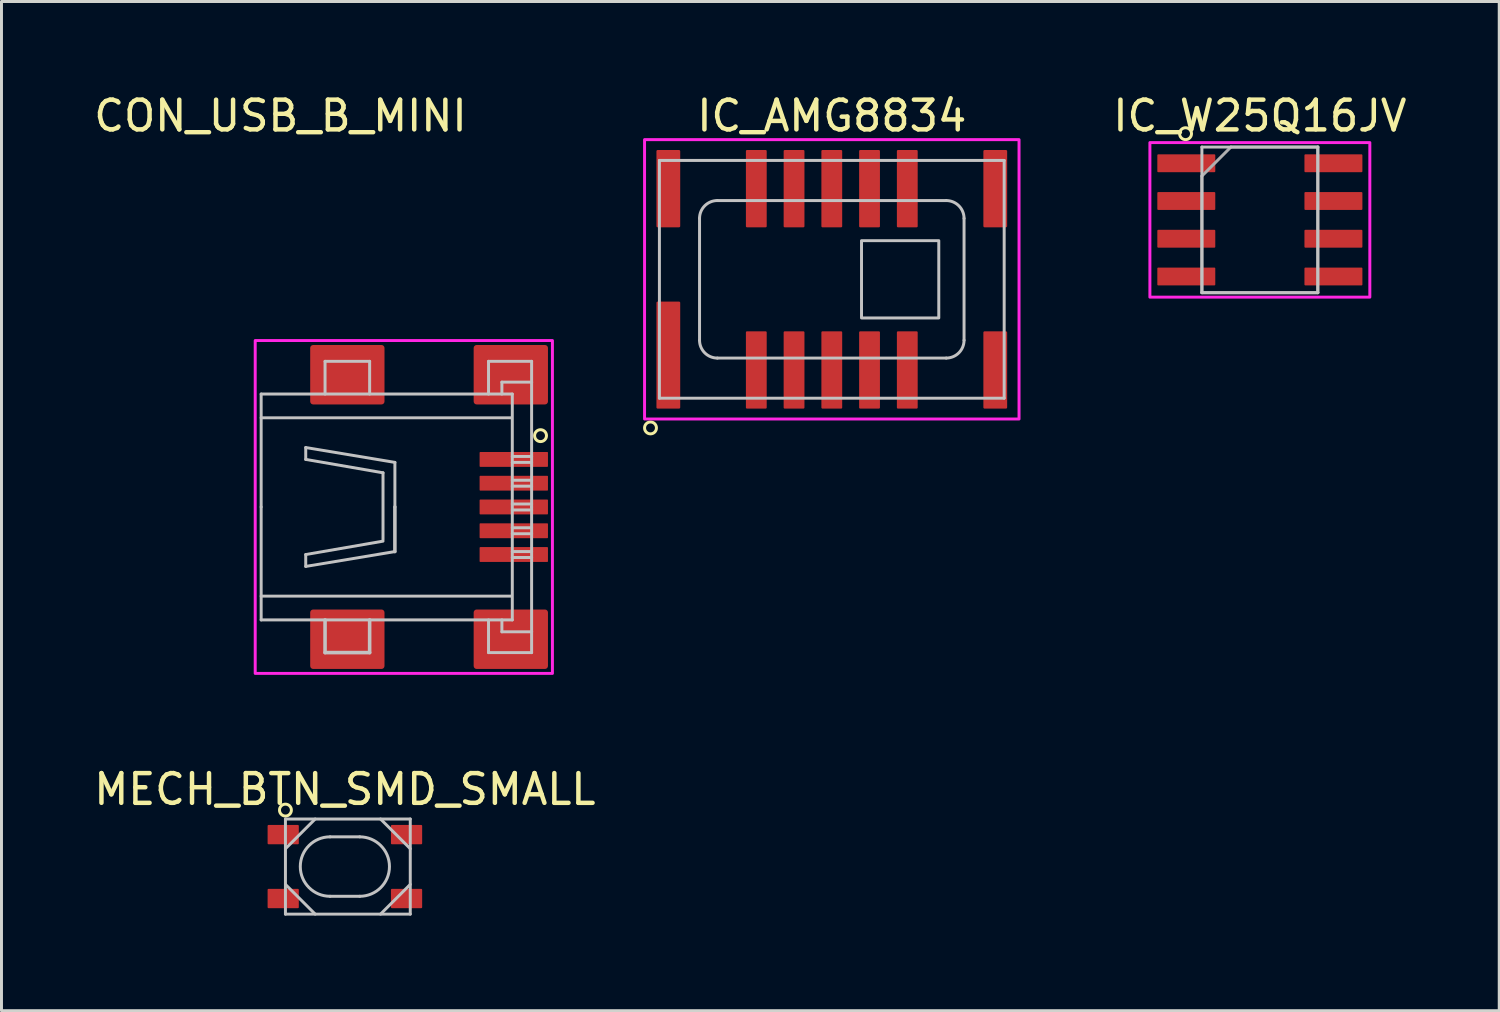
<source format=kicad_pcb>
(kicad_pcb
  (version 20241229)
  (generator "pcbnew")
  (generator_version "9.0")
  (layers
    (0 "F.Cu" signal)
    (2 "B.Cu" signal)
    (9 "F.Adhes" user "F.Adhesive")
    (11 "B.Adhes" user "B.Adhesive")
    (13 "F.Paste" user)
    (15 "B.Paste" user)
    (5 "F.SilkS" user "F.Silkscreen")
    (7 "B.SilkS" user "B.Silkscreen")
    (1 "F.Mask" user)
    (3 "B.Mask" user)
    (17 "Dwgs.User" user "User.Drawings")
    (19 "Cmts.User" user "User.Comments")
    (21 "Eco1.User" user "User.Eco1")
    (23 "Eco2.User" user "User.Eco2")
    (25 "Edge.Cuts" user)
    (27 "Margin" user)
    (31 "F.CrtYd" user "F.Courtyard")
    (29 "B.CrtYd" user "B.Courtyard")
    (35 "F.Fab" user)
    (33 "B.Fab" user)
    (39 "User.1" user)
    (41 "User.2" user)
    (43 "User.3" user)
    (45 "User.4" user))
  (footprint "MECH_BTN_SMD_SMALL"
    (layer "F.Cu")
    (at 8.554 26.107)
    (property "Reference" "MECH_BTN_SMD_SMALL" (at 0 -2.6 0) (unlocked yes) (layer "F.SilkS") (effects (font (size 1 1) (thickness 0.15))))
    (attr smd)
    (fp_circle (center -2 -1.9) (end -1.8 -1.9) (stroke (width 0.1) (type default)) (fill no) (layer "F.SilkS"))
    (fp_line (start -2 -1.6) (end -2 1.6) (stroke (width 0.1) (type default)) (layer "Dwgs.User"))
    (fp_line (start -2 -1.6) (end 2.2 -1.6) (stroke (width 0.1) (type default)) (layer "Dwgs.User"))
    (fp_line (start -2 0.6) (end -1 1.6) (stroke (width 0.1) (type default)) (layer "Dwgs.User"))
    (fp_line (start -2 1.6) (end 2.2 1.6) (stroke (width 0.1) (type default)) (layer "Dwgs.User"))
    (fp_line (start -1 -1.6) (end -2 -0.6) (stroke (width 0.1) (type default)) (layer "Dwgs.User"))
    (fp_line (start -0.5 -1) (end 0.5 -1) (stroke (width 0.1) (type default)) (layer "Dwgs.User"))
    (fp_line (start -0.5 1) (end 0.5 1) (stroke (width 0.1) (type default)) (layer "Dwgs.User"))
    (fp_line (start 1.2 -1.6) (end 2.2 -0.6) (stroke (width 0.1) (type default)) (layer "Dwgs.User"))
    (fp_line (start 2.2 -1.6) (end 2.2 1.6) (stroke (width 0.1) (type default)) (layer "Dwgs.User"))
    (fp_line (start 2.2 0.6) (end 1.2 1.6) (stroke (width 0.1) (type default)) (layer "Dwgs.User"))
    (fp_arc (start -0.5 1) (mid -1.5 0) (end -0.5 -1) (stroke (width 0.1) (type default)) (layer "Dwgs.User"))
    (fp_arc (start 0.5 -1) (mid 1.5 0) (end 0.5 1) (stroke (width 0.1) (type default)) (layer "Dwgs.User"))
    (fp_poly (pts (xy 3 1.8) (xy -2.9 1.8) (xy -2.9 -1.8) (xy 3 -1.8)) (stroke (width 0.1) (type solid)) (fill no) (layer "Margin"))
    (pad "1" smd roundrect (at -2.075 -1.075 180) (size 1.05 0.65) (layers "F.Cu" "F.Mask" "F.Paste") (roundrect_rratio 0.05))
    (pad "2" smd roundrect (at 2.075 -1.075 180) (size 1.05 0.65) (layers "F.Cu" "F.Mask" "F.Paste") (roundrect_rratio 0.05))
    (pad "3" smd roundrect (at -2.075 1.075 180) (size 1.05 0.65) (layers "F.Cu" "F.Mask" "F.Paste") (roundrect_rratio 0.05))
    (pad "4" smd roundrect (at 2.075 1.075 180) (size 1.05 0.65) (layers "F.Cu" "F.Mask" "F.Paste") (roundrect_rratio 0.05)))
  (footprint "CON_USB_B_MINI"
    (layer "F.Cu")
    (at 5.737 14.008)
    (property "Reference" "CON_USB_B_MINI" (at 0.65 -13.16 0) (unlocked yes) (layer "F.SilkS") (effects (font (size 1 1) (thickness 0.15))))
    (attr smd)
    (fp_rect (start 7.25 1.83) (end 9.75 -1.82) (stroke (width 0) (type solid)) (fill yes) (layer "F.Mask"))
    (fp_circle (center 9.4 -2.4) (end 9.6 -2.4) (stroke (width 0.1) (type default)) (fill no) (layer "F.SilkS"))
    (fp_line (start 0 -3.8) (end 8.45 -3.8) (stroke (width 0.1) (type default)) (layer "Dwgs.User"))
    (fp_line (start 0 -3) (end 8.4 -3) (stroke (width 0.1) (type default)) (layer "Dwgs.User"))
    (fp_line (start 0 0) (end 0 -3.8) (stroke (width 0.1) (type default)) (layer "Dwgs.User"))
    (fp_line (start 0 0) (end 0 3.8) (stroke (width 0.1) (type default)) (layer "Dwgs.User"))
    (fp_line (start 0 3) (end 8.4 3) (stroke (width 0.1) (type default)) (layer "Dwgs.User"))
    (fp_line (start 0 3.8) (end 8.45 3.8) (stroke (width 0.1) (type default)) (layer "Dwgs.User"))
    (fp_line (start 1.5 -2) (end 1.5 -1.6) (stroke (width 0.1) (type default)) (layer "Dwgs.User"))
    (fp_line (start 1.5 -2) (end 4.5 -1.5) (stroke (width 0.1) (type default)) (layer "Dwgs.User"))
    (fp_line (start 1.5 -1.6) (end 4.1 -1.15) (stroke (width 0.1) (type default)) (layer "Dwgs.User"))
    (fp_line (start 1.5 1.6) (end 1.5 2) (stroke (width 0.1) (type default)) (layer "Dwgs.User"))
    (fp_line (start 1.5 1.6) (end 4.1 1.15) (stroke (width 0.1) (type default)) (layer "Dwgs.User"))
    (fp_line (start 1.5 2) (end 4.5 1.5) (stroke (width 0.1) (type default)) (layer "Dwgs.User"))
    (fp_line (start 2.15 -4.9) (end 3.65 -4.9) (stroke (width 0.1) (type default)) (layer "Dwgs.User"))
    (fp_line (start 2.15 -3.8) (end 2.15 -4.9) (stroke (width 0.1) (type default)) (layer "Dwgs.User"))
    (fp_line (start 2.15 4.9) (end 2.15 3.8) (stroke (width 0.12) (type default)) (layer "Dwgs.User"))
    (fp_line (start 3.65 -4.9) (end 3.65 -3.8) (stroke (width 0.1) (type default)) (layer "Dwgs.User"))
    (fp_line (start 3.65 3.8) (end 3.65 4.9) (stroke (width 0.12) (type default)) (layer "Dwgs.User"))
    (fp_line (start 3.65 4.9) (end 2.15 4.9) (stroke (width 0.12) (type default)) (layer "Dwgs.User"))
    (fp_line (start 4.1 -1.15) (end 4.1 1.1) (stroke (width 0.1) (type default)) (layer "Dwgs.User"))
    (fp_line (start 4.5 -1.5) (end 4.5 0) (stroke (width 0.1) (type default)) (layer "Dwgs.User"))
    (fp_line (start 4.5 1.5) (end 4.5 0) (stroke (width 0.12) (type default)) (layer "Dwgs.User"))
    (fp_line (start 7.65 -4.9) (end 7.65 -3.8) (stroke (width 0.1) (type default)) (layer "Dwgs.User"))
    (fp_line (start 7.65 -4.9) (end 9.1 -4.9) (stroke (width 0.1) (type default)) (layer "Dwgs.User"))
    (fp_line (start 7.65 4.9) (end 7.65 3.8) (stroke (width 0.1) (type default)) (layer "Dwgs.User"))
    (fp_line (start 7.65 4.9) (end 9.1 4.9) (stroke (width 0.1) (type default)) (layer "Dwgs.User"))
    (fp_line (start 8.1 -4.2) (end 9.1 -4.2) (stroke (width 0.1) (type default)) (layer "Dwgs.User"))
    (fp_line (start 8.1 -3.8) (end 8.1 -4.2) (stroke (width 0.1) (type default)) (layer "Dwgs.User"))
    (fp_line (start 8.1 3.8) (end 8.1 4.2) (stroke (width 0.1) (type default)) (layer "Dwgs.User"))
    (fp_line (start 8.1 4.2) (end 9.1 4.2) (stroke (width 0.1) (type default)) (layer "Dwgs.User"))
    (fp_line (start 8.45 -3.8) (end 8.45 3.8) (stroke (width 0.1) (type default)) (layer "Dwgs.User"))
    (fp_line (start 8.45 -1.7) (end 9.1 -1.7) (stroke (width 0.1) (type default)) (layer "Dwgs.User"))
    (fp_line (start 8.45 -1.5) (end 9.1 -1.5) (stroke (width 0.1) (type default)) (layer "Dwgs.User"))
    (fp_line (start 8.45 -0.9) (end 9.1 -0.9) (stroke (width 0.1) (type default)) (layer "Dwgs.User"))
    (fp_line (start 8.45 -0.7) (end 9.1 -0.7) (stroke (width 0.1) (type default)) (layer "Dwgs.User"))
    (fp_line (start 8.45 -0.1) (end 9.1 -0.1) (stroke (width 0.1) (type default)) (layer "Dwgs.User"))
    (fp_line (start 8.45 0.1) (end 9.1 0.1) (stroke (width 0.1) (type default)) (layer "Dwgs.User"))
    (fp_line (start 8.45 0.7) (end 9.1 0.7) (stroke (width 0.1) (type default)) (layer "Dwgs.User"))
    (fp_line (start 8.45 0.9) (end 9.1 0.9) (stroke (width 0.1) (type default)) (layer "Dwgs.User"))
    (fp_line (start 8.45 1.5) (end 9.1 1.5) (stroke (width 0.1) (type default)) (layer "Dwgs.User"))
    (fp_line (start 8.45 1.7) (end 9.1 1.7) (stroke (width 0.1) (type default)) (layer "Dwgs.User"))
    (fp_line (start 9.1 -4.9) (end 9.1 -4.2) (stroke (width 0.1) (type default)) (layer "Dwgs.User"))
    (fp_line (start 9.1 -4.2) (end 9.1 0) (stroke (width 0.1) (type default)) (layer "Dwgs.User"))
    (fp_line (start 9.1 4.2) (end 9.1 0) (stroke (width 0.1) (type default)) (layer "Dwgs.User"))
    (fp_line (start 9.1 4.9) (end 9.1 4.2) (stroke (width 0.1) (type default)) (layer "Dwgs.User"))
    (fp_rect (start -0.2 5.6) (end 9.8 -5.6) (stroke (width 0.1) (type default)) (fill no) (layer "F.CrtYd"))
    (pad "" np_thru_hole circle (at 5.9 -2.2) (size 0.001 0.001) (drill 0.9) (layers "*.Cu" "*.Mask"))
    (pad "" np_thru_hole circle (at 5.9 2.2) (size 0.001 0.001) (drill 0.9) (layers "*.Cu" "*.Mask"))
    (pad "1" smd roundrect (at 8.5 -1.6) (size 2.3 0.5) (layers "F.Cu" "F.Mask" "F.Paste") (roundrect_rratio 0.05))
    (pad "2" smd roundrect (at 8.5 -0.8) (size 2.3 0.5) (layers "F.Cu" "F.Mask" "F.Paste") (roundrect_rratio 0.05))
    (pad "3" smd roundrect (at 8.5 0) (size 2.3 0.5) (layers "F.Cu" "F.Mask" "F.Paste") (roundrect_rratio 0.05))
    (pad "4" smd roundrect (at 8.5 0.8) (size 2.3 0.5) (layers "F.Cu" "F.Mask" "F.Paste") (roundrect_rratio 0.05))
    (pad "5" smd roundrect (at 8.5 1.6) (size 2.3 0.5) (layers "F.Cu" "F.Mask" "F.Paste") (roundrect_rratio 0.05))
    (pad "6" smd roundrect (at 2.9 -4.45) (size 2.5 2) (layers "F.Cu" "F.Mask" "F.Paste") (roundrect_rratio 0.05))
    (pad "6" smd roundrect (at 2.9 4.45) (size 2.5 2) (layers "F.Cu" "F.Mask" "F.Paste") (roundrect_rratio 0.05))
    (pad "6" smd roundrect (at 8.4 -4.45) (size 2.5 2) (layers "F.Cu" "F.Mask" "F.Paste") (roundrect_rratio 0.05))
    (pad "6" smd roundrect (at 8.4 4.45) (size 2.5 2) (layers "F.Cu" "F.Mask" "F.Paste") (roundrect_rratio 0.05)))
  (footprint "IC_AMG8834"
    (layer "F.Cu")
    (at 24.937 6.348)
    (property "Reference" "IC_AMG8834" (at 0 -5.5 0) (unlocked yes) (layer "F.SilkS") (effects (font (size 1 1) (thickness 0.15))))
    (attr smd)
    (fp_poly (pts (xy -2.86 -4.45) (xy 2.86 -4.45) (xy 2.86 -1.65) (xy -2.86 -1.65)) (stroke (width 0) (type solid)) (fill yes) (layer "F.Mask"))
    (fp_poly (pts (xy 2.86 4.45) (xy -2.86 4.45) (xy -2.86 1.65) (xy 2.86 1.65)) (stroke (width 0) (type solid)) (fill yes) (layer "F.Mask"))
    (fp_circle (center -6.1 5) (end -5.9 5) (stroke (width 0.1) (type default)) (fill no) (layer "F.SilkS"))
    (fp_line (start -5.8 -4) (end 5.8 -4) (stroke (width 0.1) (type default)) (layer "Dwgs.User"))
    (fp_line (start -5.8 4) (end -5.8 -4) (stroke (width 0.1) (type default)) (layer "Dwgs.User"))
    (fp_line (start -5.8 4) (end 5.8 4) (stroke (width 0.1) (type default)) (layer "Dwgs.User"))
    (fp_line (start -4.45 -2.05) (end -4.45 2.05) (stroke (width 0.1) (type default)) (layer "Dwgs.User"))
    (fp_line (start -3.85 -2.65) (end 3.85 -2.65) (stroke (width 0.1) (type default)) (layer "Dwgs.User"))
    (fp_line (start -3.85 2.65) (end 3.85 2.65) (stroke (width 0.1) (type default)) (layer "Dwgs.User"))
    (fp_line (start 4.45 -2.05) (end 4.45 2.05) (stroke (width 0.1) (type default)) (layer "Dwgs.User"))
    (fp_line (start 5.8 -4) (end 5.8 4) (stroke (width 0.1) (type default)) (layer "Dwgs.User"))
    (fp_rect (start 1 -1.3) (end 3.6 1.3) (stroke (width 0.1) (type default)) (fill no) (layer "Dwgs.User"))
    (fp_arc (start -4.45 -2.05) (mid -4.274263 -2.474263) (end -3.85 -2.65) (stroke (width 0.1) (type default)) (layer "Dwgs.User"))
    (fp_arc (start -3.85 2.65) (mid -4.274263 2.474263) (end -4.45 2.05) (stroke (width 0.1) (type default)) (layer "Dwgs.User"))
    (fp_arc (start 3.85 -2.65) (mid 4.274263 -2.474263) (end 4.45 -2.05) (stroke (width 0.1) (type default)) (layer "Dwgs.User"))
    (fp_arc (start 4.45 2.05) (mid 4.274263 2.474263) (end 3.85 2.65) (stroke (width 0.1) (type default)) (layer "Dwgs.User"))
    (fp_rect (start -6.3 -4.7) (end 6.3 4.7) (stroke (width 0.1) (type default)) (fill no) (layer "F.CrtYd"))
    (pad "1" smd roundrect (at -5.5 2.55) (size 0.8 3.6) (layers "F.Cu" "F.Mask" "F.Paste") (roundrect_rratio 0.05))
    (pad "2" smd roundrect (at -2.54 3.05) (size 0.7 2.6) (layers "F.Cu" "F.Mask" "F.Paste") (roundrect_rratio 0.05))
    (pad "3" smd roundrect (at -1.27 3.05) (size 0.7 2.6) (layers "F.Cu" "F.Mask" "F.Paste") (roundrect_rratio 0.05))
    (pad "4" smd roundrect (at 0 3.05) (size 0.7 2.6) (layers "F.Cu" "F.Mask" "F.Paste") (roundrect_rratio 0.05))
    (pad "5" smd roundrect (at 1.27 3.05) (size 0.7 2.6) (layers "F.Cu" "F.Mask" "F.Paste") (roundrect_rratio 0.05))
    (pad "6" smd roundrect (at 2.54 3.05) (size 0.7 2.6) (layers "F.Cu" "F.Mask" "F.Paste") (roundrect_rratio 0.05))
    (pad "7" smd roundrect (at 5.5 3.05) (size 0.8 2.6) (layers "F.Cu" "F.Mask" "F.Paste") (roundrect_rratio 0.05))
    (pad "8" smd roundrect (at 5.5 -3.05) (size 0.8 2.6) (layers "F.Cu" "F.Mask" "F.Paste") (roundrect_rratio 0.05))
    (pad "9" smd roundrect (at 2.54 -3.05) (size 0.7 2.6) (layers "F.Cu" "F.Mask" "F.Paste") (roundrect_rratio 0.05))
    (pad "10" smd roundrect (at 1.27 -3.05) (size 0.7 2.6) (layers "F.Cu" "F.Mask" "F.Paste") (roundrect_rratio 0.05))
    (pad "11" smd roundrect (at 0 -3.05) (size 0.7 2.6) (layers "F.Cu" "F.Mask" "F.Paste") (roundrect_rratio 0.05))
    (pad "12" smd roundrect (at -1.27 -3.05) (size 0.7 2.6) (layers "F.Cu" "F.Mask" "F.Paste") (roundrect_rratio 0.05))
    (pad "13" smd roundrect (at -2.54 -3.05) (size 0.7 2.6) (layers "F.Cu" "F.Mask" "F.Paste") (roundrect_rratio 0.05))
    (pad "14" smd roundrect (at -5.5 -3.05) (size 0.8 2.6) (layers "F.Cu" "F.Mask" "F.Paste") (roundrect_rratio 0.05)))
  (footprint "IC_W25Q16JV"
    (layer "F.Cu")
    (at 39.34 4.348)
    (property "Reference" "IC_W25Q16JV" (at 0 -3.5 0) (layer "F.SilkS") (effects (font (size 1 1) (thickness 0.15))))
    (attr smd)
    (fp_circle (center -2.5 -2.9) (end -2.3 -2.9) (stroke (width 0.1) (type default)) (fill no) (layer "F.SilkS"))
    (fp_line (start -1.95 -2.45) (end 1.95 -2.45) (stroke (width 0.1) (type solid)) (layer "Dwgs.User"))
    (fp_line (start -1.95 2.45) (end -1.95 -2.45) (stroke (width 0.1) (type solid)) (layer "Dwgs.User"))
    (fp_line (start 1.95 -2.45) (end 1.95 2.45) (stroke (width 0.1) (type solid)) (layer "Dwgs.User"))
    (fp_line (start 1.95 2.45) (end -1.95 2.45) (stroke (width 0.1) (type solid)) (layer "Dwgs.User"))
    (fp_rect (start -3.7 -2.6) (end 3.7 2.6) (stroke (width 0.1) (type default)) (fill no) (layer "F.CrtYd"))
    (fp_line (start -1.95 -1.475) (end -0.975 -2.45) (stroke (width 0.1) (type solid)) (layer "F.Fab"))
    (fp_line (start -1.95 2.45) (end -1.95 -1.475) (stroke (width 0.1) (type solid)) (layer "F.Fab"))
    (fp_line (start -0.975 -2.45) (end 1.95 -2.45) (stroke (width 0.1) (type solid)) (layer "F.Fab"))
    (fp_line (start 1.95 -2.45) (end 1.95 2.45) (stroke (width 0.1) (type solid)) (layer "F.Fab"))
    (fp_line (start 1.95 2.45) (end -1.95 2.45) (stroke (width 0.1) (type solid)) (layer "F.Fab"))
    (pad "1" smd roundrect (at -2.475 -1.905) (size 1.95 0.6) (layers "F.Cu" "F.Mask" "F.Paste") (roundrect_rratio 0.05))
    (pad "2" smd roundrect (at -2.475 -0.635) (size 1.95 0.6) (layers "F.Cu" "F.Mask" "F.Paste") (roundrect_rratio 0.05))
    (pad "3" smd roundrect (at -2.475 0.635) (size 1.95 0.6) (layers "F.Cu" "F.Mask" "F.Paste") (roundrect_rratio 0.05))
    (pad "4" smd roundrect (at -2.475 1.905) (size 1.95 0.6) (layers "F.Cu" "F.Mask" "F.Paste") (roundrect_rratio 0.05))
    (pad "5" smd roundrect (at 2.475 1.905) (size 1.95 0.6) (layers "F.Cu" "F.Mask" "F.Paste") (roundrect_rratio 0.05))
    (pad "6" smd roundrect (at 2.475 0.635) (size 1.95 0.6) (layers "F.Cu" "F.Mask" "F.Paste") (roundrect_rratio 0.05))
    (pad "7" smd roundrect (at 2.475 -0.635) (size 1.95 0.6) (layers "F.Cu" "F.Mask" "F.Paste") (roundrect_rratio 0.05))
    (pad "8" smd roundrect (at 2.475 -1.905) (size 1.95 0.6) (layers "F.Cu" "F.Mask" "F.Paste") (roundrect_rratio 0.05)))
  (gr_rect
    (start -3 -3)
    (end 47.394 30.956)
    (stroke (width 0.1) (type default))
    (fill no)
    (layer "Edge.Cuts")))
</source>
